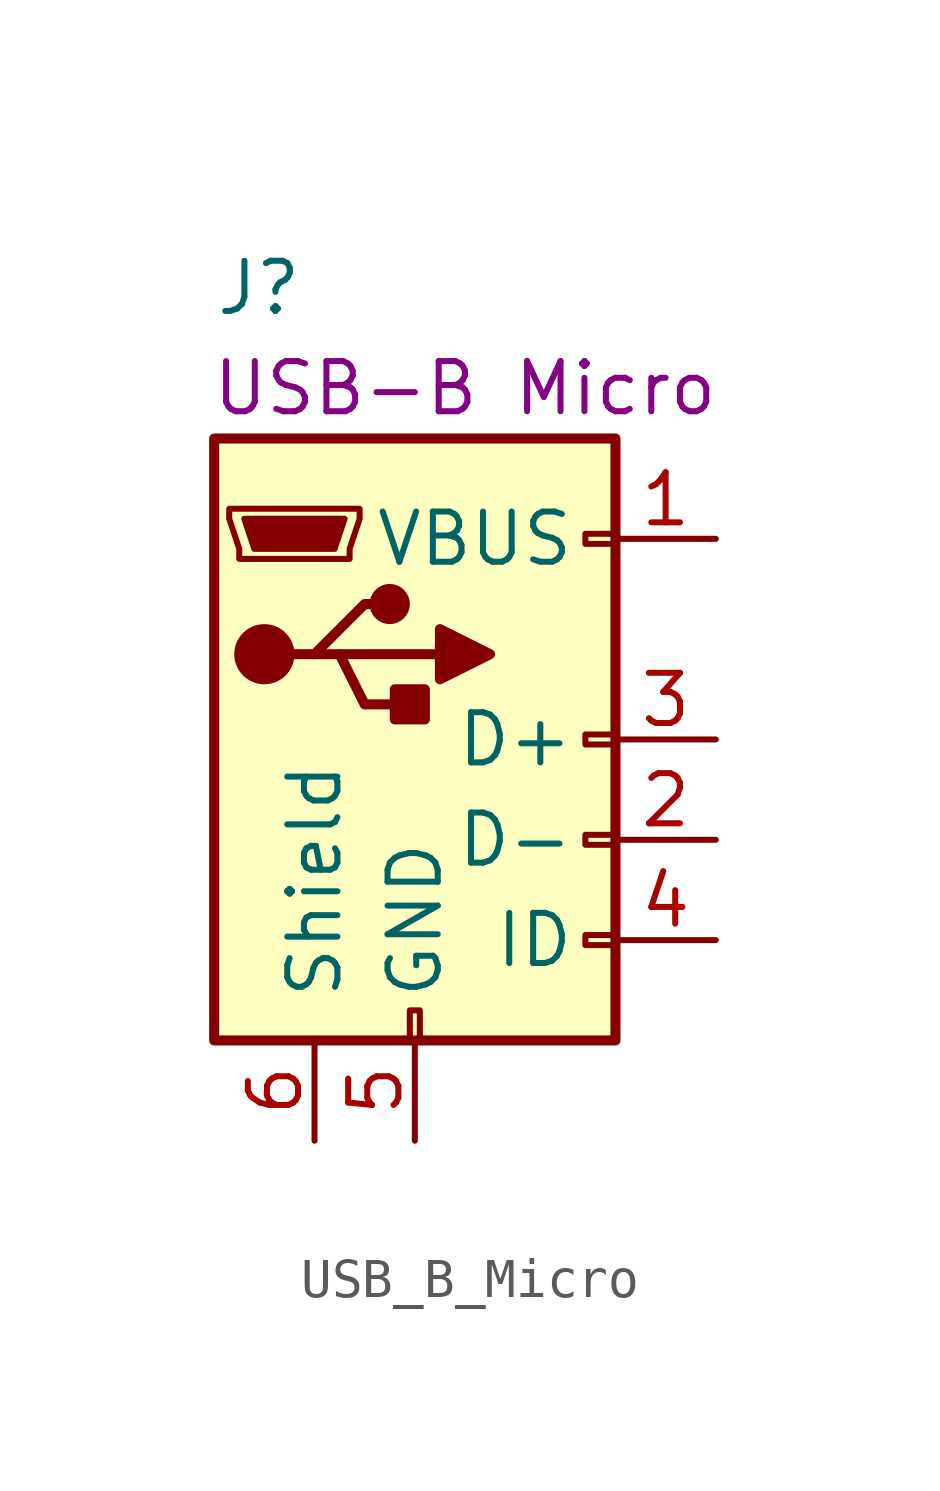
<source format=kicad_sym>
(kicad_symbol_lib
  (version 20211014)
  (generator kicad_symbol_editor)
  (symbol "USB_B_Micro"
    (pin_names
      (offset 1.016))
    (property "Reference" "J"
      (at -5.08 11.43 0)
      (effects (font (size 1.27 1.27)) (justify left)))
    (property "UserValue" "USB-B Micro"
      (at 1.27 8.89 0)
      (effects (font (size 1.27 1.27))))
    (symbol "USB_B_Micro_0_1"
      (rectangle (start -5.08 -7.62) (end 5.08 7.62) (stroke (width 0.254) (type default) (color 0 0 0 0)) (fill (type background)))
      (circle (center -3.81 2.159) (radius 0.635) (stroke (width 0.254) (type default) (color 0 0 0 0)) (fill (type outline)))
      (circle (center -0.635 3.429) (radius 0.381) (stroke (width 0.254) (type default) (color 0 0 0 0)) (fill (type outline)))
      (rectangle (start -0.127 -7.62) (end 0.127 -6.858) (stroke (width 0) (type default) (color 0 0 0 0)) (fill (type none)))
      (polyline (pts (xy -1.905 2.159) (xy 0.635 2.159)) (stroke (width 0.254) (type default) (color 0 0 0 0)) (fill (type none)))
      (polyline (pts (xy -3.175 2.159) (xy -2.54 2.159) (xy -1.27 3.429) (xy -0.635 3.429)) (stroke (width 0.254) (type default) (color 0 0 0 0)) (fill (type none)))
      (polyline (pts (xy -2.54 2.159) (xy -1.905 2.159) (xy -1.27 0.889) (xy 0 0.889)) (stroke (width 0.254) (type default) (color 0 0 0 0)) (fill (type none)))
      (polyline (pts (xy 0.635 2.794) (xy 0.635 1.524) (xy 1.905 2.159) (xy 0.635 2.794)) (stroke (width 0.254) (type default) (color 0 0 0 0)) (fill (type outline)))
      (polyline (pts (xy -4.318 5.588) (xy -1.778 5.588) (xy -2.032 4.826) (xy -4.064 4.826) (xy -4.318 5.588)) (stroke (width 0) (type default) (color 0 0 0 0)) (fill (type outline)))
      (polyline (pts (xy -4.699 5.842) (xy -4.699 5.588) (xy -4.445 4.826) (xy -4.445 4.572) (xy -1.651 4.572) (xy -1.651 4.826) (xy -1.397 5.588) (xy -1.397 5.842) (xy -4.699 5.842)) (stroke (width 0) (type default) (color 0 0 0 0)) (fill (type none)))
      (rectangle (start 0.254 1.27) (end -0.508 0.508) (stroke (width 0.254) (type default) (color 0 0 0 0)) (fill (type outline)))
      (rectangle (start 5.08 -5.207) (end 4.318 -4.953) (stroke (width 0) (type default) (color 0 0 0 0)) (fill (type none)))
      (rectangle (start 5.08 -2.667) (end 4.318 -2.413) (stroke (width 0) (type default) (color 0 0 0 0)) (fill (type none)))
      (rectangle (start 5.08 -0.127) (end 4.318 0.127) (stroke (width 0) (type default) (color 0 0 0 0)) (fill (type none)))
      (rectangle (start 5.08 4.953) (end 4.318 5.207) (stroke (width 0) (type default) (color 0 0 0 0)) (fill (type none))))
    (symbol "USB_B_Micro_1_1"
      (pin power_out line (at 7.62 5.08 180) (length 2.54) (name "VBUS" (effects (font (size 1.27 1.27)))) (number "1" (effects (font (size 1.27 1.27)))))
      (pin bidirectional line (at 7.62 -2.54 180) (length 2.54) (name "D-" (effects (font (size 1.27 1.27)))) (number "2" (effects (font (size 1.27 1.27)))))
      (pin bidirectional line (at 7.62 0 180) (length 2.54) (name "D+" (effects (font (size 1.27 1.27)))) (number "3" (effects (font (size 1.27 1.27)))))
      (pin passive line (at 7.62 -5.08 180) (length 2.54) (name "ID" (effects (font (size 1.27 1.27)))) (number "4" (effects (font (size 1.27 1.27)))))
      (pin power_out line (at 0 -10.16 90) (length 2.54) (name "GND" (effects (font (size 1.27 1.27)))) (number "5" (effects (font (size 1.27 1.27)))))
      (pin passive line (at -2.54 -10.16 90) (length 2.54) (name "Shield" (effects (font (size 1.27 1.27)))) (number "6" (effects (font (size 1.27 1.27))))))))
</source>
